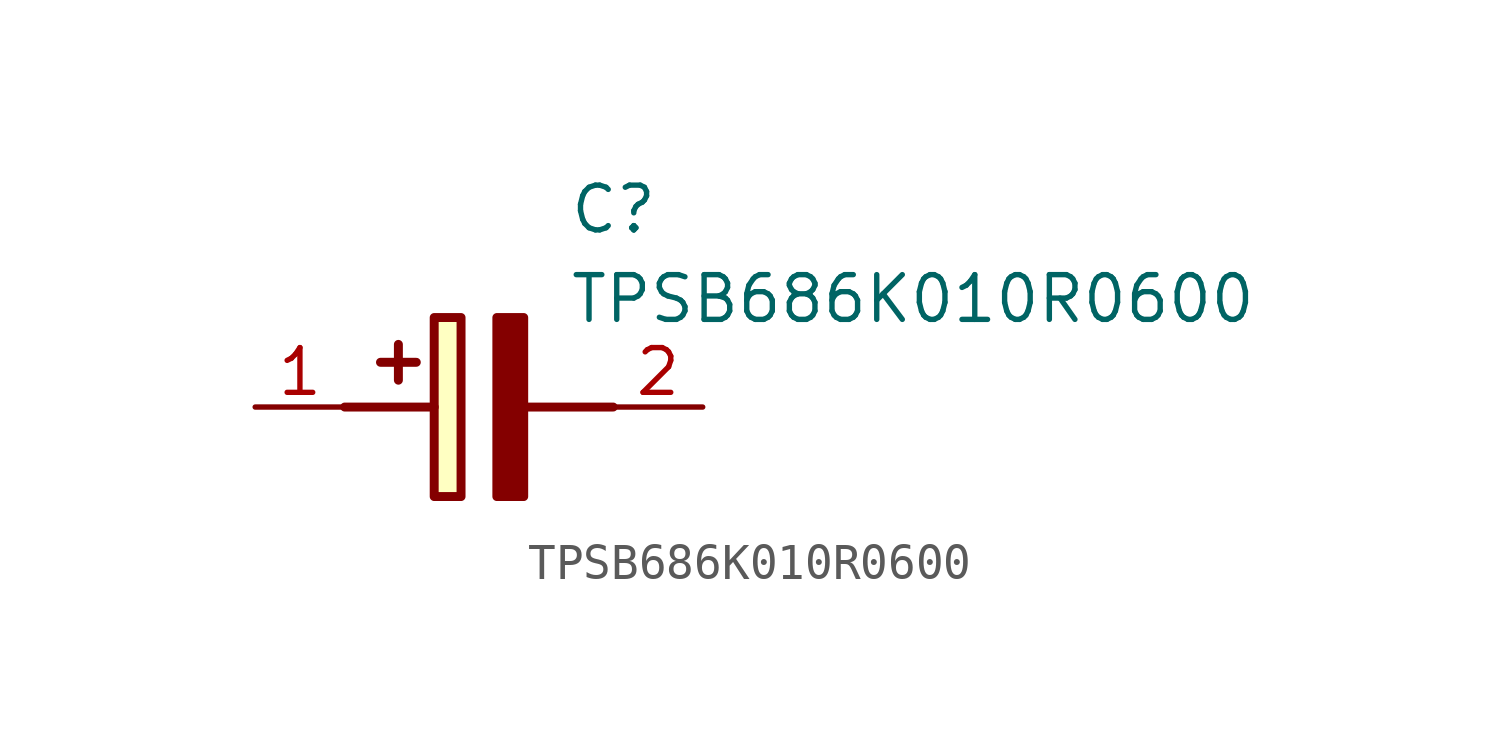
<source format=kicad_sym>
(kicad_symbol_lib
  (version 20211014)
  (generator SamacSys_ECAD_Model)
  (symbol "TPSB686K010R0600"
    (pin_names hide)
    (property "Reference" "C"
      (at 8.89 6.35 0)
      (effects (font (size 1.27 1.27)) (justify left top)))
    (property "Value" "TPSB686K010R0600"
      (at 8.89 3.81 0)
      (effects (font (size 1.27 1.27)) (justify left top)))
    (rectangle
      (start 5.08 2.54)
      (end 5.842 -2.54)
      (stroke (width 0.254) (type default))
      (fill (type background)))
    (polyline
      (pts (xy 4.572 1.27) (xy 3.556 1.27))
      (stroke (width 0.254) (type default))
      (fill (type none)))
    (polyline
      (pts (xy 4.064 1.778) (xy 4.064 0.762))
      (stroke (width 0.254) (type default))
      (fill (type none)))
    (polyline
      (pts (xy 2.54 0) (xy 5.08 0))
      (stroke (width 0.254) (type default))
      (fill (type none)))
    (polyline
      (pts (xy 7.62 0) (xy 10.16 0))
      (stroke (width 0.254) (type default))
      (fill (type none)))
    (polyline
      (pts (xy 7.62 2.54) (xy 7.62 -2.54) (xy 6.858 -2.54) (xy 6.858 2.54) (xy 7.62 2.54))
      (stroke (width 0.254) (type default))
      (fill (type outline)))
    (pin passive line
      (at 0 0 0)
      (length 2.54)
      (name "+" (effects (font (size 1.27 1.27))))
      (number "1" (effects (font (size 1.27 1.27)))))
    (pin passive line
      (at 12.7 0 180)
      (length 2.54)
      (name "-" (effects (font (size 1.27 1.27))))
      (number "2" (effects (font (size 1.27 1.27)))))))
</source>
